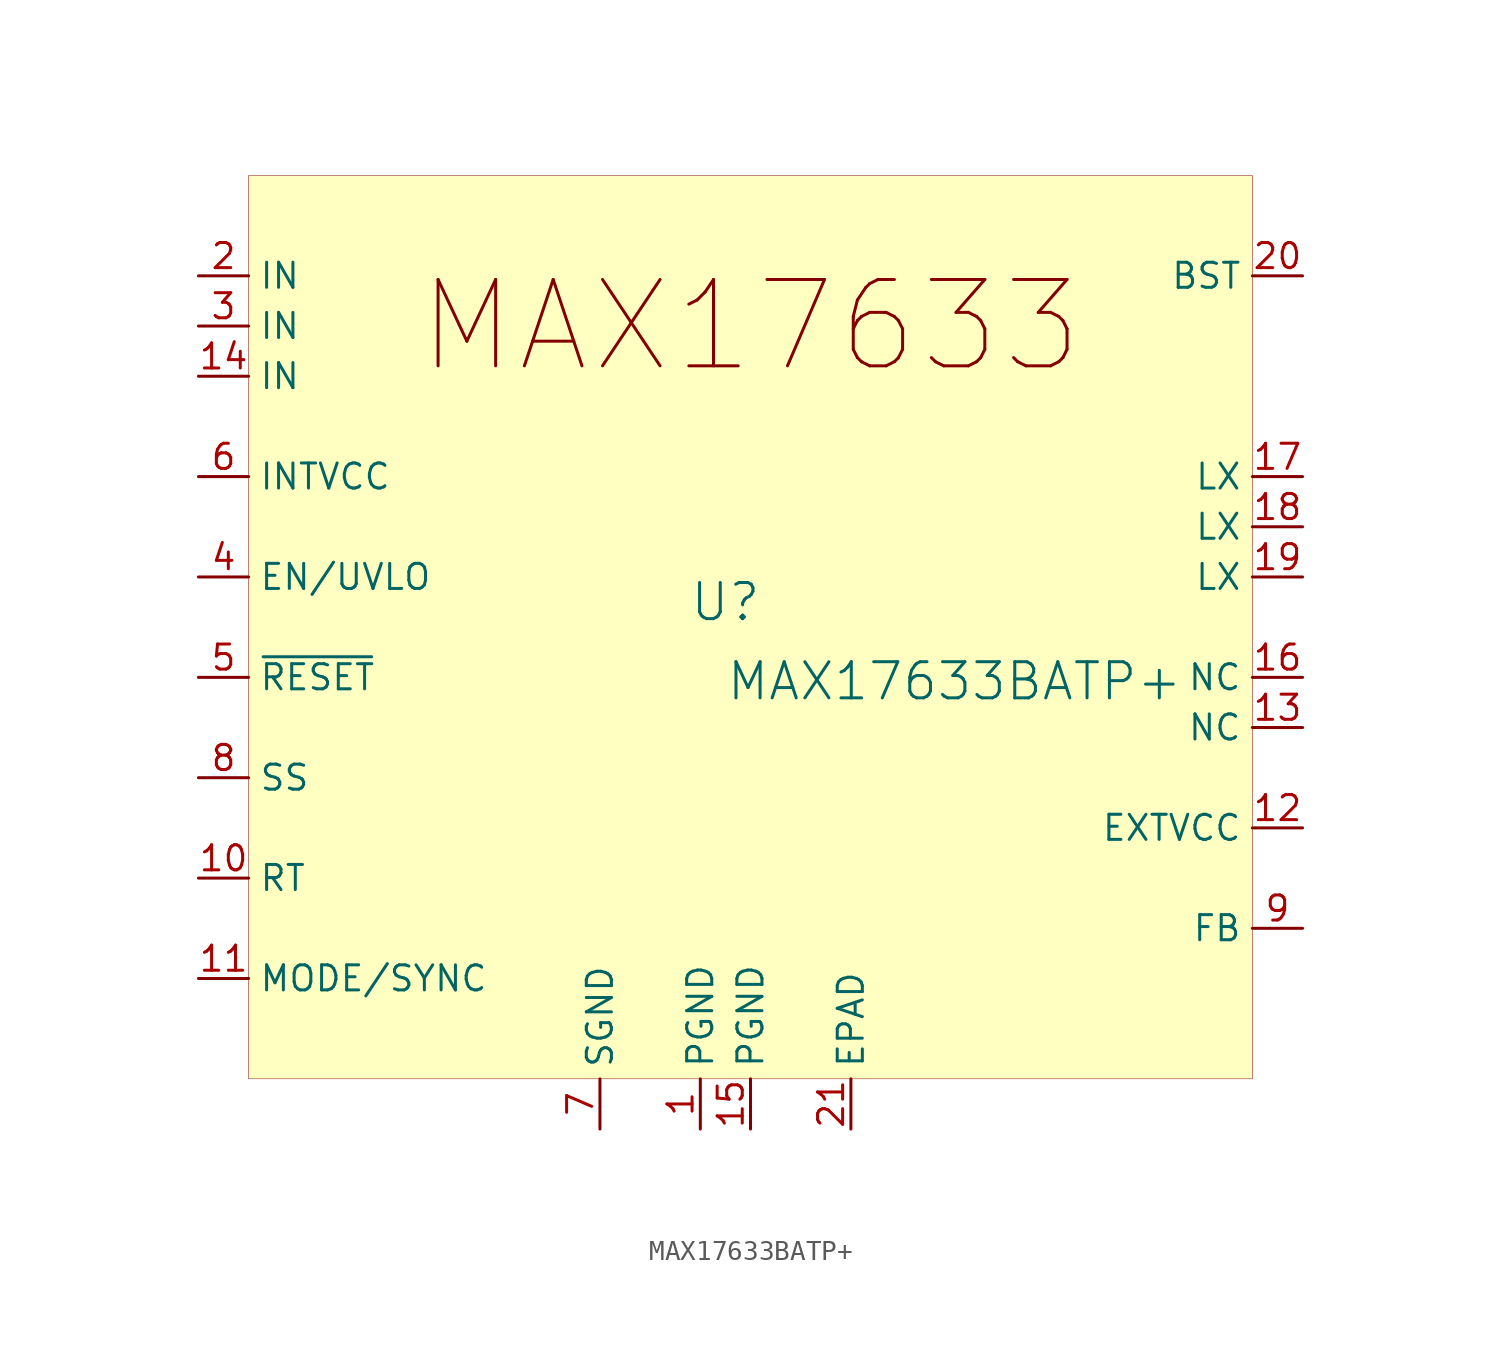
<source format=kicad_sym>
(kicad_symbol_lib
  (version 20231120)
  (generator "kicad_symbol_editor")
  (generator_version "8.0")
  (symbol "MAX17633BATP+"
    (property "Reference" "U"
      (at -1.27 1.27 0)
      (effects (font (size 1.829 1.829))))
    (property "Value" "MAX17633BATP+"
      (at -1.27 -3.81 0)
      (effects (font (size 1.829 1.829)) (justify left bottom)))
    (symbol "MAX17633BATP+_1_0"
      (rectangle (start 25.4 22.86) (end -25.4 -22.86) (stroke (width 0.025) (type solid) (color 128 0 0 1)) (fill (type background)))
      (text "MAX17633" (at 0 15.24 0) (effects (font (size 4.369 4.369))))
      (pin power_in line (at -2.54 -25.4 90) (length 2.54) (name "PGND" (effects (font (size 1.27 1.27)))) (number "1" (effects (font (size 1.27 1.27)))))
      (pin passive line (at -27.94 -12.7 0) (length 2.54) (name "RT" (effects (font (size 1.27 1.27)))) (number "10" (effects (font (size 1.27 1.27)))))
      (pin passive line (at -27.94 -17.78 0) (length 2.54) (name "MODE/SYNC" (effects (font (size 1.27 1.27)))) (number "11" (effects (font (size 1.27 1.27)))))
      (pin power_in line (at 27.94 -10.16 180) (length 2.54) (name "EXTVCC" (effects (font (size 1.27 1.27)))) (number "12" (effects (font (size 1.27 1.27)))))
      (pin passive line (at 27.94 -5.08 180) (length 2.54) (name "NC" (effects (font (size 1.27 1.27)))) (number "13" (effects (font (size 1.27 1.27)))))
      (pin power_in line (at -27.94 12.7 0) (length 2.54) (name "IN" (effects (font (size 1.27 1.27)))) (number "14" (effects (font (size 1.27 1.27)))))
      (pin power_in line (at 0 -25.4 90) (length 2.54) (name "PGND" (effects (font (size 1.27 1.27)))) (number "15" (effects (font (size 1.27 1.27)))))
      (pin passive line (at 27.94 -2.54 180) (length 2.54) (name "NC" (effects (font (size 1.27 1.27)))) (number "16" (effects (font (size 1.27 1.27)))))
      (pin power_in line (at 27.94 7.62 180) (length 2.54) (name "LX" (effects (font (size 1.27 1.27)))) (number "17" (effects (font (size 1.27 1.27)))))
      (pin power_in line (at 27.94 5.08 180) (length 2.54) (name "LX" (effects (font (size 1.27 1.27)))) (number "18" (effects (font (size 1.27 1.27)))))
      (pin power_in line (at 27.94 2.54 180) (length 2.54) (name "LX" (effects (font (size 1.27 1.27)))) (number "19" (effects (font (size 1.27 1.27)))))
      (pin power_in line (at -27.94 17.78 0) (length 2.54) (name "IN" (effects (font (size 1.27 1.27)))) (number "2" (effects (font (size 1.27 1.27)))))
      (pin power_in line (at 27.94 17.78 180) (length 2.54) (name "BST" (effects (font (size 1.27 1.27)))) (number "20" (effects (font (size 1.27 1.27)))))
      (pin power_in line (at 5.08 -25.4 90) (length 2.54) (name "EPAD" (effects (font (size 1.27 1.27)))) (number "21" (effects (font (size 1.27 1.27)))))
      (pin power_in line (at -27.94 15.24 0) (length 2.54) (name "IN" (effects (font (size 1.27 1.27)))) (number "3" (effects (font (size 1.27 1.27)))))
      (pin input line (at -27.94 2.54 0) (length 2.54) (name "EN/UVLO" (effects (font (size 1.27 1.27)))) (number "4" (effects (font (size 1.27 1.27)))))
      (pin input line (at -27.94 -2.54 0) (length 2.54) (name "~{RESET}" (effects (font (size 1.27 1.27)))) (number "5" (effects (font (size 1.27 1.27)))))
      (pin power_in line (at -27.94 7.62 0) (length 2.54) (name "INTVCC" (effects (font (size 1.27 1.27)))) (number "6" (effects (font (size 1.27 1.27)))))
      (pin power_in line (at -7.62 -25.4 90) (length 2.54) (name "SGND" (effects (font (size 1.27 1.27)))) (number "7" (effects (font (size 1.27 1.27)))))
      (pin passive line (at -27.94 -7.62 0) (length 2.54) (name "SS" (effects (font (size 1.27 1.27)))) (number "8" (effects (font (size 1.27 1.27)))))
      (pin input line (at 27.94 -15.24 180) (length 2.54) (name "FB" (effects (font (size 1.27 1.27)))) (number "9" (effects (font (size 1.27 1.27))))))))
</source>
